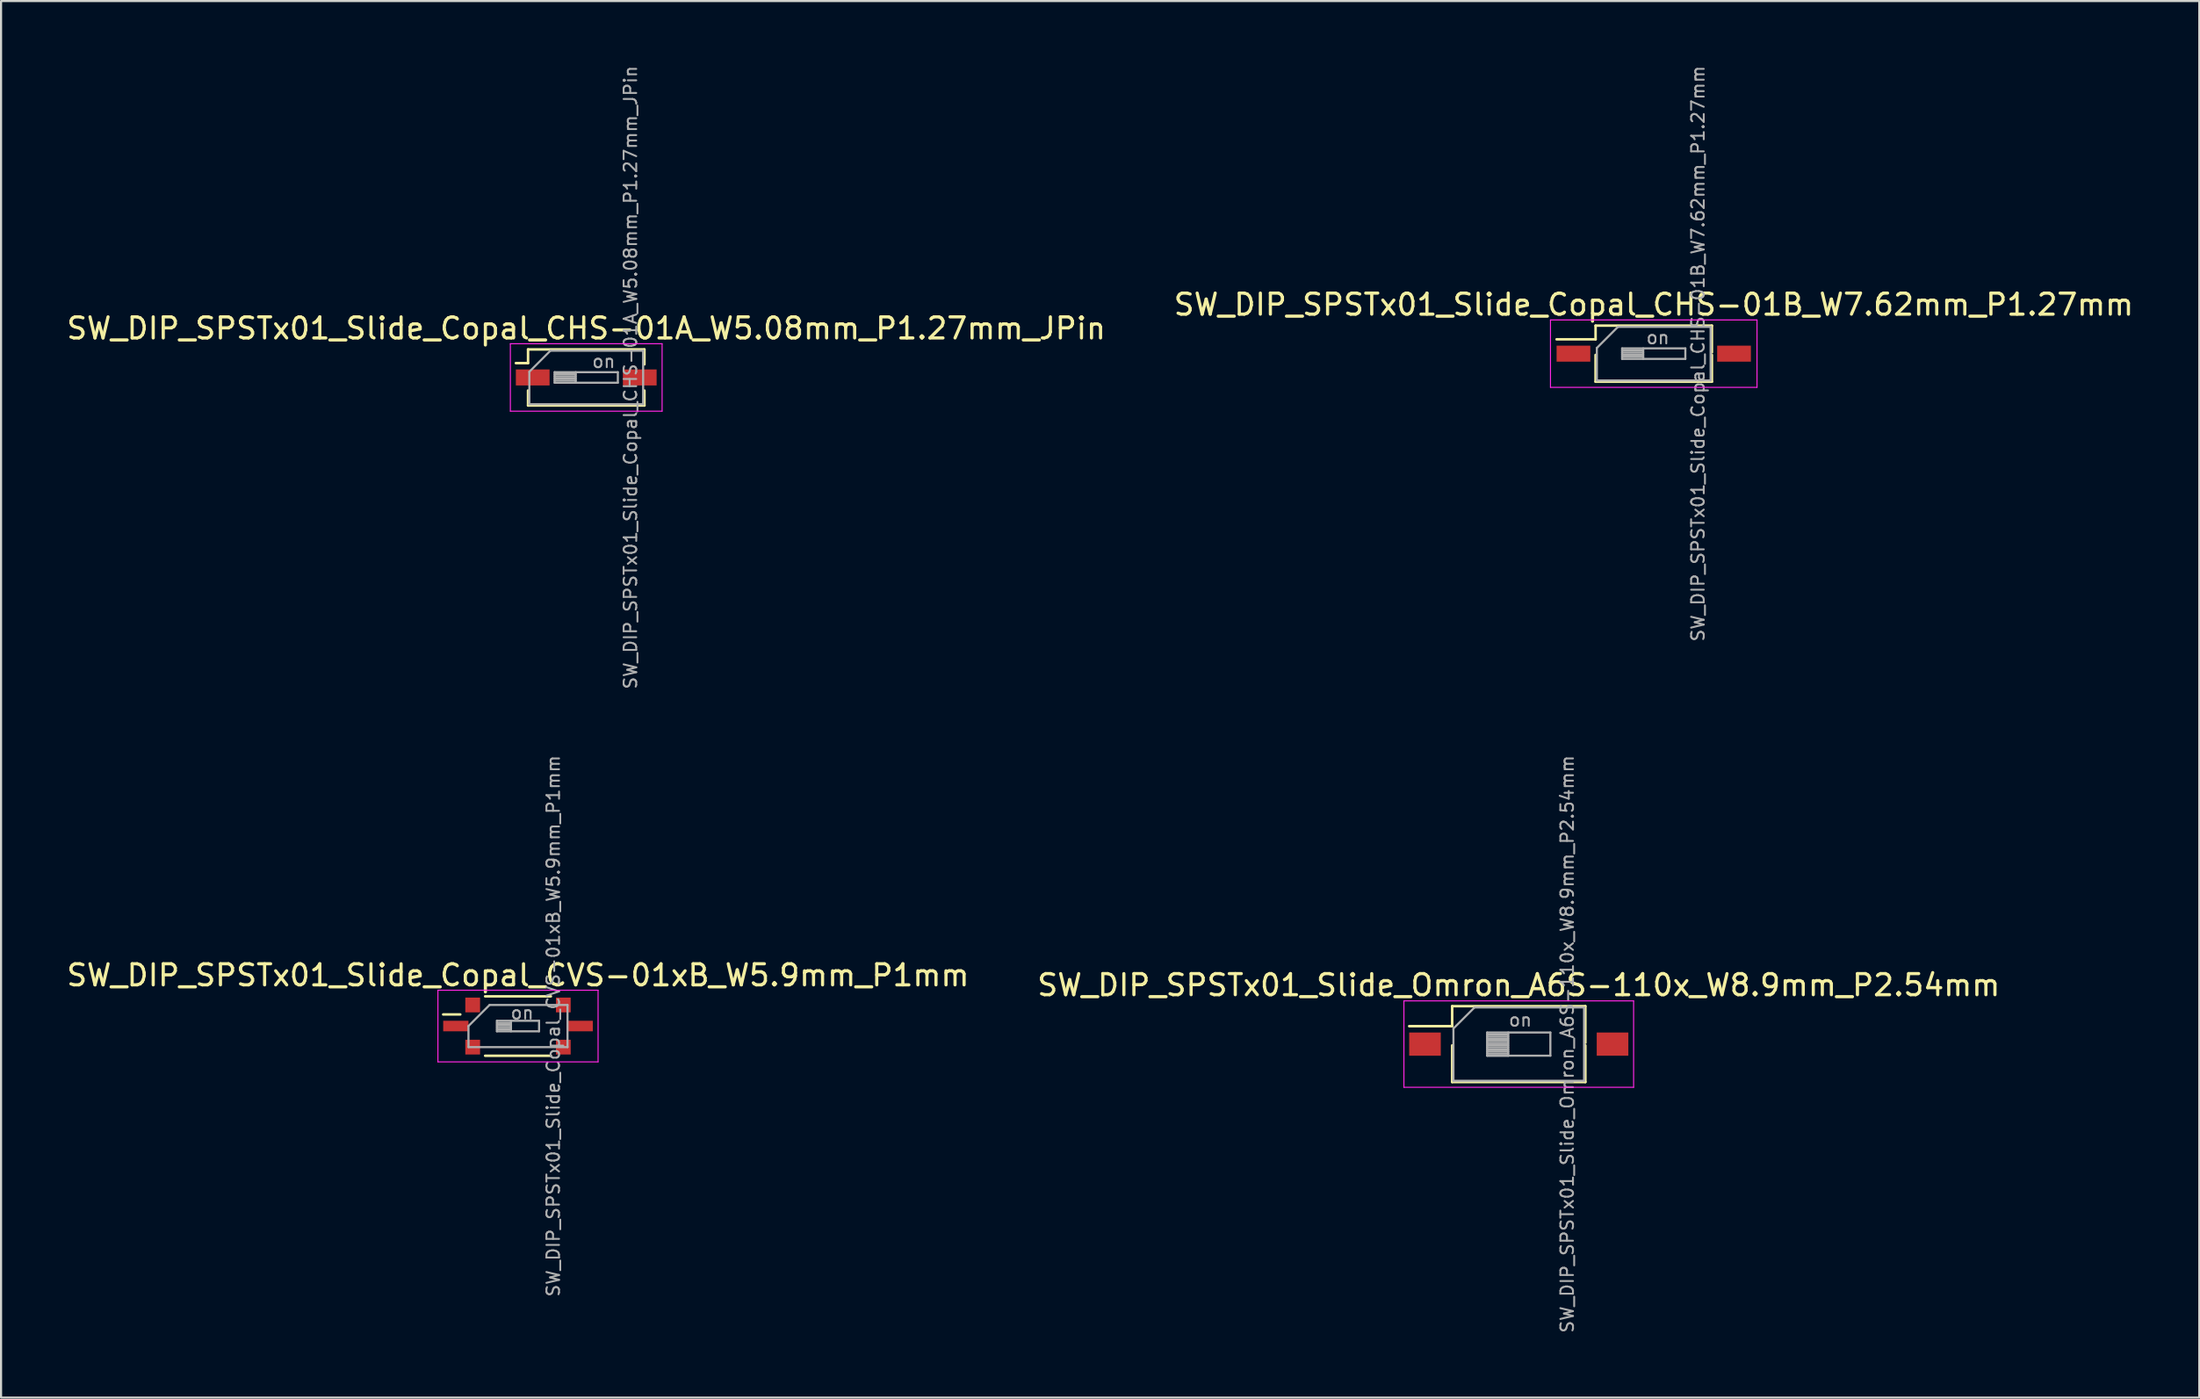
<source format=kicad_pcb>
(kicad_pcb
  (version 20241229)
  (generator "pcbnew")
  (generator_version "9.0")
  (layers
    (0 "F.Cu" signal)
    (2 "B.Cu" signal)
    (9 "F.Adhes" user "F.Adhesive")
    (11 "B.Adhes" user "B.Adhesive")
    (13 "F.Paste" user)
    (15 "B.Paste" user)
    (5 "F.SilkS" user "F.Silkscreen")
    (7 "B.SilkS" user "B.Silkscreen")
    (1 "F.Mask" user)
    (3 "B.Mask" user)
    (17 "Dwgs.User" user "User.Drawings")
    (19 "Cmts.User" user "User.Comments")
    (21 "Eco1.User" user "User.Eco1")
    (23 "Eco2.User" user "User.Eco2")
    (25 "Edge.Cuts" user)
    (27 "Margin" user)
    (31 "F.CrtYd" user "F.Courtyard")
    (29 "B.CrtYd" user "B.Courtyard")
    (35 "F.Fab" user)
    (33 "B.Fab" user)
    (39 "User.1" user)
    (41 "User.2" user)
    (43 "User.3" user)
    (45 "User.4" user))
  (footprint "SW_DIP_SPSTx01_Slide_Copal_CHS-01A_W5.08mm_P1.27mm_JPin"
    (layer "F.Cu")
    (at 24.768 14.861)
    (property "Reference" "SW_DIP_SPSTx01_Slide_Copal_CHS-01A_W5.08mm_P1.27mm_JPin" (at 0 -2.33 0) (layer "F.SilkS") (effects (font (size 1 1) (thickness 0.15))))
    (attr smd)
    (fp_line (start -3.34 -0.68) (end -2.761 -0.68) (stroke (width 0.12) (type solid)) (layer "F.SilkS"))
    (fp_line (start -2.761 -1.33) (end -2.761 -0.68) (stroke (width 0.12) (type solid)) (layer "F.SilkS"))
    (fp_line (start -2.761 -1.33) (end 2.76 -1.33) (stroke (width 0.12) (type solid)) (layer "F.SilkS"))
    (fp_line (start -2.761 0.62) (end -2.761 1.33) (stroke (width 0.12) (type solid)) (layer "F.SilkS"))
    (fp_line (start -2.761 1.33) (end 2.76 1.33) (stroke (width 0.12) (type solid)) (layer "F.SilkS"))
    (fp_line (start 2.76 -1.33) (end 2.76 -0.62) (stroke (width 0.12) (type solid)) (layer "F.SilkS"))
    (fp_line (start 2.76 0.62) (end 2.76 1.33) (stroke (width 0.12) (type solid)) (layer "F.SilkS"))
    (fp_line (start -3.6 -1.6) (end -3.6 1.6) (stroke (width 0.05) (type solid)) (layer "F.CrtYd"))
    (fp_line (start -3.6 1.6) (end 3.6 1.6) (stroke (width 0.05) (type solid)) (layer "F.CrtYd"))
    (fp_line (start 3.6 -1.6) (end -3.6 -1.6) (stroke (width 0.05) (type solid)) (layer "F.CrtYd"))
    (fp_line (start 3.6 1.6) (end 3.6 -1.6) (stroke (width 0.05) (type solid)) (layer "F.CrtYd"))
    (fp_line (start -2.7 -0.27) (end -1.7 -1.27) (stroke (width 0.1) (type solid)) (layer "F.Fab"))
    (fp_line (start -2.7 1.27) (end -2.7 -0.27) (stroke (width 0.1) (type solid)) (layer "F.Fab"))
    (fp_line (start -1.7 -1.27) (end 2.7 -1.27) (stroke (width 0.1) (type solid)) (layer "F.Fab"))
    (fp_line (start -1.5 -0.25) (end -1.5 0.25) (stroke (width 0.1) (type solid)) (layer "F.Fab"))
    (fp_line (start -1.5 -0.15) (end -0.5 -0.15) (stroke (width 0.1) (type solid)) (layer "F.Fab"))
    (fp_line (start -1.5 -0.05) (end -0.5 -0.05) (stroke (width 0.1) (type solid)) (layer "F.Fab"))
    (fp_line (start -1.5 0.05) (end -0.5 0.05) (stroke (width 0.1) (type solid)) (layer "F.Fab"))
    (fp_line (start -1.5 0.15) (end -0.5 0.15) (stroke (width 0.1) (type solid)) (layer "F.Fab"))
    (fp_line (start -1.5 0.25) (end 1.5 0.25) (stroke (width 0.1) (type solid)) (layer "F.Fab"))
    (fp_line (start -0.5 -0.25) (end -0.5 0.25) (stroke (width 0.1) (type solid)) (layer "F.Fab"))
    (fp_line (start 1.5 -0.25) (end -1.5 -0.25) (stroke (width 0.1) (type solid)) (layer "F.Fab"))
    (fp_line (start 1.5 0.25) (end 1.5 -0.25) (stroke (width 0.1) (type solid)) (layer "F.Fab"))
    (fp_line (start 2.7 -1.27) (end 2.7 1.27) (stroke (width 0.1) (type solid)) (layer "F.Fab"))
    (fp_line (start 2.7 1.27) (end -2.7 1.27) (stroke (width 0.1) (type solid)) (layer "F.Fab"))
    (fp_text user "${REFERENCE}" (at 2.1 0 90) (layer "F.Fab") (effects (font (size 0.6 0.6) (thickness 0.09))))
    (fp_text user "on" (at 0.83 -0.76 0) (layer "F.Fab") (effects (font (size 0.6 0.6) (thickness 0.09))))
    (pad "1" smd rect (at -2.54 0) (size 1.6 0.76) (layers "F.Cu" "F.Mask" "F.Paste"))
    (pad "2" smd rect (at 2.54 0) (size 1.6 0.76) (layers "F.Cu" "F.Mask" "F.Paste")))
  (footprint "SW_DIP_SPSTx01_Slide_Copal_CVS-01xB_W5.9mm_P1mm"
    (layer "F.Cu")
    (at 21.53 45.639)
    (property "Reference" "SW_DIP_SPSTx01_Slide_Copal_CVS-01xB_W5.9mm_P1mm" (at 0 -2.41 0) (layer "F.SilkS") (effects (font (size 1 1) (thickness 0.15))))
    (attr smd)
    (fp_line (start -3.55 -0.55) (end -2.739 -0.55) (stroke (width 0.12) (type solid)) (layer "F.SilkS"))
    (fp_line (start -1.56 -1.41) (end 1.561 -1.41) (stroke (width 0.12) (type solid)) (layer "F.SilkS"))
    (fp_line (start -1.56 1.41) (end 1.561 1.41) (stroke (width 0.12) (type solid)) (layer "F.SilkS"))
    (fp_line (start -3.8 -1.7) (end -3.8 1.7) (stroke (width 0.05) (type solid)) (layer "F.CrtYd"))
    (fp_line (start -3.8 1.7) (end 3.8 1.7) (stroke (width 0.05) (type solid)) (layer "F.CrtYd"))
    (fp_line (start 3.8 -1.7) (end -3.8 -1.7) (stroke (width 0.05) (type solid)) (layer "F.CrtYd"))
    (fp_line (start 3.8 1.7) (end 3.8 -1.7) (stroke (width 0.05) (type solid)) (layer "F.CrtYd"))
    (fp_line (start -2.35 0) (end -1.35 -1) (stroke (width 0.1) (type solid)) (layer "F.Fab"))
    (fp_line (start -2.35 1) (end -2.35 0) (stroke (width 0.1) (type solid)) (layer "F.Fab"))
    (fp_line (start -1.35 -1) (end 2.35 -1) (stroke (width 0.1) (type solid)) (layer "F.Fab"))
    (fp_line (start -1 -0.25) (end -1 0.25) (stroke (width 0.1) (type solid)) (layer "F.Fab"))
    (fp_line (start -1 -0.15) (end -0.333 -0.15) (stroke (width 0.1) (type solid)) (layer "F.Fab"))
    (fp_line (start -1 -0.05) (end -0.333 -0.05) (stroke (width 0.1) (type solid)) (layer "F.Fab"))
    (fp_line (start -1 0.05) (end -0.333 0.05) (stroke (width 0.1) (type solid)) (layer "F.Fab"))
    (fp_line (start -1 0.15) (end -0.333 0.15) (stroke (width 0.1) (type solid)) (layer "F.Fab"))
    (fp_line (start -1 0.25) (end 1 0.25) (stroke (width 0.1) (type solid)) (layer "F.Fab"))
    (fp_line (start -0.333 -0.25) (end -0.333 0.25) (stroke (width 0.1) (type solid)) (layer "F.Fab"))
    (fp_line (start 1 -0.25) (end -1 -0.25) (stroke (width 0.1) (type solid)) (layer "F.Fab"))
    (fp_line (start 1 0.25) (end 1 -0.25) (stroke (width 0.1) (type solid)) (layer "F.Fab"))
    (fp_line (start 2.35 -1) (end 2.35 1) (stroke (width 0.1) (type solid)) (layer "F.Fab"))
    (fp_line (start 2.35 1) (end -2.35 1) (stroke (width 0.1) (type solid)) (layer "F.Fab"))
    (fp_text user "${REFERENCE}" (at 1.675 0 90) (layer "F.Fab") (effects (font (size 0.6 0.6) (thickness 0.09))))
    (fp_text user "on" (at 0.2 -0.625 0) (layer "F.Fab") (effects (font (size 0.6 0.6) (thickness 0.09))))
    (pad "1" smd rect (at -2.95 0) (size 1.2 0.5) (layers "F.Cu" "F.Mask" "F.Paste"))
    (pad "2" smd rect (at 2.95 0) (size 1.2 0.5) (layers "F.Cu" "F.Mask" "F.Paste"))
    (pad "3" smd rect (at -2.15 -1) (size 0.7 0.7) (layers "F.Cu" "F.Mask" "F.Paste"))
    (pad "3" smd rect (at -2.15 1) (size 0.7 0.7) (layers "F.Cu" "F.Mask" "F.Paste"))
    (pad "3" smd rect (at 2.15 -1) (size 0.7 0.7) (layers "F.Cu" "F.Mask" "F.Paste"))
    (pad "3" smd rect (at 2.15 1) (size 0.7 0.7) (layers "F.Cu" "F.Mask" "F.Paste")))
  (footprint "SW_DIP_SPSTx01_Slide_Copal_CHS-01B_W7.62mm_P1.27mm"
    (layer "F.Cu")
    (at 75.423 13.732)
    (property "Reference" "SW_DIP_SPSTx01_Slide_Copal_CHS-01B_W7.62mm_P1.27mm" (at 0 -2.33 0) (layer "F.SilkS") (effects (font (size 1 1) (thickness 0.15))))
    (attr smd)
    (fp_line (start -4.61 -0.68) (end -2.76 -0.68) (stroke (width 0.12) (type solid)) (layer "F.SilkS"))
    (fp_line (start -2.76 -1.33) (end -2.76 -0.68) (stroke (width 0.12) (type solid)) (layer "F.SilkS"))
    (fp_line (start -2.76 -1.33) (end 2.76 -1.33) (stroke (width 0.12) (type solid)) (layer "F.SilkS"))
    (fp_line (start -2.76 0.061) (end -2.76 1.33) (stroke (width 0.12) (type solid)) (layer "F.SilkS"))
    (fp_line (start -2.76 1.33) (end 2.76 1.33) (stroke (width 0.12) (type solid)) (layer "F.SilkS"))
    (fp_line (start 2.76 -1.33) (end 2.76 -0.061) (stroke (width 0.12) (type solid)) (layer "F.SilkS"))
    (fp_line (start 2.76 0.061) (end 2.76 1.33) (stroke (width 0.12) (type solid)) (layer "F.SilkS"))
    (fp_line (start -4.9 -1.6) (end -4.9 1.6) (stroke (width 0.05) (type solid)) (layer "F.CrtYd"))
    (fp_line (start -4.9 1.6) (end 4.9 1.6) (stroke (width 0.05) (type solid)) (layer "F.CrtYd"))
    (fp_line (start 4.9 -1.6) (end -4.9 -1.6) (stroke (width 0.05) (type solid)) (layer "F.CrtYd"))
    (fp_line (start 4.9 1.6) (end 4.9 -1.6) (stroke (width 0.05) (type solid)) (layer "F.CrtYd"))
    (fp_line (start -2.7 -0.27) (end -1.7 -1.27) (stroke (width 0.1) (type solid)) (layer "F.Fab"))
    (fp_line (start -2.7 1.27) (end -2.7 -0.27) (stroke (width 0.1) (type solid)) (layer "F.Fab"))
    (fp_line (start -1.7 -1.27) (end 2.7 -1.27) (stroke (width 0.1) (type solid)) (layer "F.Fab"))
    (fp_line (start -1.5 -0.25) (end -1.5 0.25) (stroke (width 0.1) (type solid)) (layer "F.Fab"))
    (fp_line (start -1.5 -0.15) (end -0.5 -0.15) (stroke (width 0.1) (type solid)) (layer "F.Fab"))
    (fp_line (start -1.5 -0.05) (end -0.5 -0.05) (stroke (width 0.1) (type solid)) (layer "F.Fab"))
    (fp_line (start -1.5 0.05) (end -0.5 0.05) (stroke (width 0.1) (type solid)) (layer "F.Fab"))
    (fp_line (start -1.5 0.15) (end -0.5 0.15) (stroke (width 0.1) (type solid)) (layer "F.Fab"))
    (fp_line (start -1.5 0.25) (end 1.5 0.25) (stroke (width 0.1) (type solid)) (layer "F.Fab"))
    (fp_line (start -0.5 -0.25) (end -0.5 0.25) (stroke (width 0.1) (type solid)) (layer "F.Fab"))
    (fp_line (start 1.5 -0.25) (end -1.5 -0.25) (stroke (width 0.1) (type solid)) (layer "F.Fab"))
    (fp_line (start 1.5 0.25) (end 1.5 -0.25) (stroke (width 0.1) (type solid)) (layer "F.Fab"))
    (fp_line (start 2.7 -1.27) (end 2.7 1.27) (stroke (width 0.1) (type solid)) (layer "F.Fab"))
    (fp_line (start 2.7 1.27) (end -2.7 1.27) (stroke (width 0.1) (type solid)) (layer "F.Fab"))
    (fp_text user "${REFERENCE}" (at 2.1 0 90) (layer "F.Fab") (effects (font (size 0.6 0.6) (thickness 0.09))))
    (fp_text user "on" (at 0.195 -0.76 0) (layer "F.Fab") (effects (font (size 0.6 0.6) (thickness 0.09))))
    (pad "1" smd rect (at -3.81 0) (size 1.6 0.76) (layers "F.Cu" "F.Mask" "F.Paste"))
    (pad "2" smd rect (at 3.81 0) (size 1.6 0.76) (layers "F.Cu" "F.Mask" "F.Paste")))
  (footprint "SW_DIP_SPSTx01_Slide_Omron_A6S-110x_W8.9mm_P2.54mm"
    (layer "F.Cu")
    (at 69.018 46.496)
    (property "Reference" "SW_DIP_SPSTx01_Slide_Omron_A6S-110x_W8.9mm_P2.54mm" (at 0 -2.8 0) (layer "F.SilkS") (effects (font (size 1 1) (thickness 0.15))))
    (attr smd)
    (fp_line (start -5.2 -0.851) (end -3.16 -0.851) (stroke (width 0.12) (type solid)) (layer "F.SilkS"))
    (fp_line (start -3.16 -1.8) (end -3.16 -0.851) (stroke (width 0.12) (type solid)) (layer "F.SilkS"))
    (fp_line (start -3.16 -1.8) (end 3.16 -1.8) (stroke (width 0.12) (type solid)) (layer "F.SilkS"))
    (fp_line (start -3.16 0.061) (end -3.16 1.8) (stroke (width 0.12) (type solid)) (layer "F.SilkS"))
    (fp_line (start -3.16 1.8) (end 3.16 1.8) (stroke (width 0.12) (type solid)) (layer "F.SilkS"))
    (fp_line (start 3.16 -1.8) (end 3.16 -0.061) (stroke (width 0.12) (type solid)) (layer "F.SilkS"))
    (fp_line (start 3.16 0.061) (end 3.16 1.8) (stroke (width 0.12) (type solid)) (layer "F.SilkS"))
    (fp_line (start -5.45 -2.05) (end -5.45 2.05) (stroke (width 0.05) (type solid)) (layer "F.CrtYd"))
    (fp_line (start -5.45 2.05) (end 5.45 2.05) (stroke (width 0.05) (type solid)) (layer "F.CrtYd"))
    (fp_line (start 5.45 -2.05) (end -5.45 -2.05) (stroke (width 0.05) (type solid)) (layer "F.CrtYd"))
    (fp_line (start 5.45 2.05) (end 5.45 -2.05) (stroke (width 0.05) (type solid)) (layer "F.CrtYd"))
    (fp_line (start -3.1 -0.74) (end -2.1 -1.74) (stroke (width 0.1) (type solid)) (layer "F.Fab"))
    (fp_line (start -3.1 1.74) (end -3.1 -0.74) (stroke (width 0.1) (type solid)) (layer "F.Fab"))
    (fp_line (start -2.1 -1.74) (end 3.1 -1.74) (stroke (width 0.1) (type solid)) (layer "F.Fab"))
    (fp_line (start -1.5 -0.55) (end -1.5 0.55) (stroke (width 0.1) (type solid)) (layer "F.Fab"))
    (fp_line (start -1.5 -0.45) (end -0.5 -0.45) (stroke (width 0.1) (type solid)) (layer "F.Fab"))
    (fp_line (start -1.5 -0.35) (end -0.5 -0.35) (stroke (width 0.1) (type solid)) (layer "F.Fab"))
    (fp_line (start -1.5 -0.25) (end -0.5 -0.25) (stroke (width 0.1) (type solid)) (layer "F.Fab"))
    (fp_line (start -1.5 -0.15) (end -0.5 -0.15) (stroke (width 0.1) (type solid)) (layer "F.Fab"))
    (fp_line (start -1.5 -0.05) (end -0.5 -0.05) (stroke (width 0.1) (type solid)) (layer "F.Fab"))
    (fp_line (start -1.5 0.05) (end -0.5 0.05) (stroke (width 0.1) (type solid)) (layer "F.Fab"))
    (fp_line (start -1.5 0.15) (end -0.5 0.15) (stroke (width 0.1) (type solid)) (layer "F.Fab"))
    (fp_line (start -1.5 0.25) (end -0.5 0.25) (stroke (width 0.1) (type solid)) (layer "F.Fab"))
    (fp_line (start -1.5 0.35) (end -0.5 0.35) (stroke (width 0.1) (type solid)) (layer "F.Fab"))
    (fp_line (start -1.5 0.45) (end -0.5 0.45) (stroke (width 0.1) (type solid)) (layer "F.Fab"))
    (fp_line (start -1.5 0.55) (end -0.5 0.55) (stroke (width 0.1) (type solid)) (layer "F.Fab"))
    (fp_line (start -1.5 0.55) (end 1.5 0.55) (stroke (width 0.1) (type solid)) (layer "F.Fab"))
    (fp_line (start -0.5 -0.55) (end -0.5 0.55) (stroke (width 0.1) (type solid)) (layer "F.Fab"))
    (fp_line (start 1.5 -0.55) (end -1.5 -0.55) (stroke (width 0.1) (type solid)) (layer "F.Fab"))
    (fp_line (start 1.5 0.55) (end 1.5 -0.55) (stroke (width 0.1) (type solid)) (layer "F.Fab"))
    (fp_line (start 3.1 -1.74) (end 3.1 1.74) (stroke (width 0.1) (type solid)) (layer "F.Fab"))
    (fp_line (start 3.1 1.74) (end -3.1 1.74) (stroke (width 0.1) (type solid)) (layer "F.Fab"))
    (fp_text user "on" (at 0.075 -1.145 0) (layer "F.Fab") (effects (font (size 0.6 0.6) (thickness 0.09))))
    (fp_text user "${REFERENCE}" (at 2.3 0 90) (layer "F.Fab") (effects (font (size 0.6 0.6) (thickness 0.09))))
    (pad "1" smd rect (at -4.45 0) (size 1.5 1.1) (layers "F.Cu" "F.Mask" "F.Paste"))
    (pad "2" smd rect (at 4.45 0) (size 1.5 1.1) (layers "F.Cu" "F.Mask" "F.Paste")))
  (gr_rect
    (start -3 -3)
    (end 101.31 63.271)
    (stroke (width 0.1) (type default))
    (fill no)
    (layer "Edge.Cuts")))
</source>
